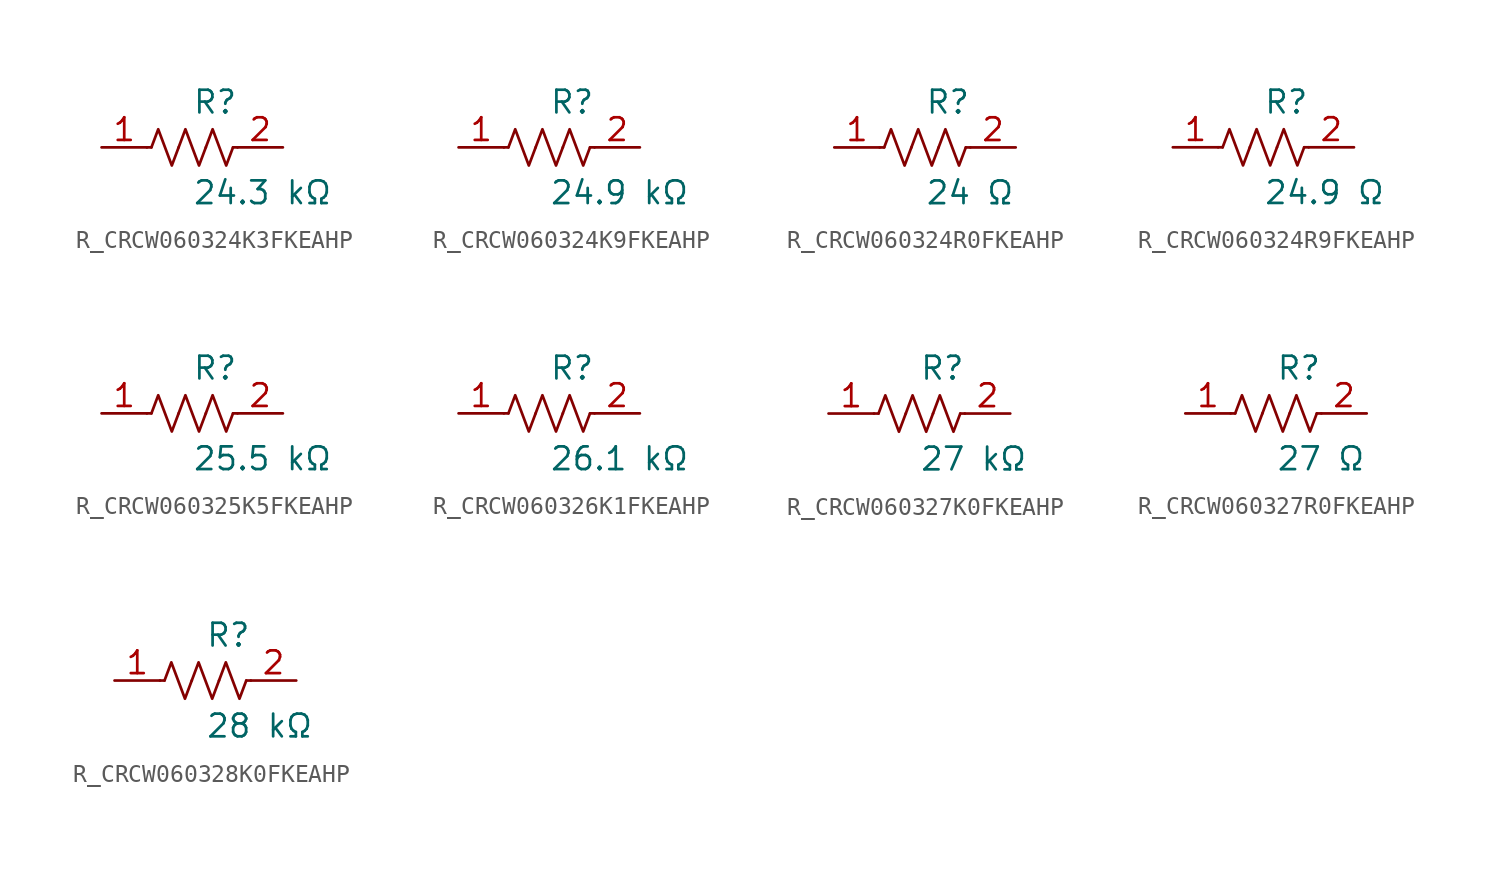
<source format=kicad_sym>
(kicad_symbol_lib
  (version 20231120)
  (generator kicad_symbol_editor)
  (generator_version 8.0)
  (symbol "R_CRCW060324K3FKEAHP"
    (pin_names
      (offset 0.254))
    (property "Reference" "R"
      (at 0.0 2.54 0)
      (effects (font (size 1.27 1.27)) (justify left)))
    (property "Value" "24.3 kΩ"
      (at 0.0 -2.54 0)
      (effects (font (size 1.27 1.27)) (justify left)))
    (symbol "R_CRCW060324K3FKEAHP_0_1"
      (polyline (pts (xy 2.286 0) (xy 2.54 0)) (stroke (width 0) (type default)) (fill (type none)))
      (polyline (pts (xy -2.286 0) (xy -2.54 0)) (stroke (width 0) (type default)) (fill (type none)))
      (polyline (pts (xy 0.762 0) (xy 1.143 1.016) (xy 1.524 0) (xy 1.905 -1.016) (xy 2.286 0)) (stroke (width 0) (type default)) (fill (type none)))
      (polyline (pts (xy -0.762 0) (xy -0.381 1.016) (xy 0 0) (xy 0.381 -1.016) (xy 0.762 0)) (stroke (width 0) (type default)) (fill (type none)))
      (polyline (pts (xy -2.286 0) (xy -1.905 1.016) (xy -1.524 0) (xy -1.143 -1.016) (xy -0.762 0)) (stroke (width 0) (type default)) (fill (type none))))
    (pin unspecified line
      (at -5.08 0 0)
      (length 2.54)
      (name "" (effects (font (size 1.27 1.27))))
      (number "1" (effects (font (size 1.27 1.27)))))
    (pin unspecified line
      (at 5.08 0 180)
      (length 2.54)
      (name "" (effects (font (size 1.27 1.27))))
      (number "2" (effects (font (size 1.27 1.27))))))
  (symbol "R_CRCW060324K9FKEAHP"
    (pin_names
      (offset 0.254))
    (property "Reference" "R"
      (at 0.0 2.54 0)
      (effects (font (size 1.27 1.27)) (justify left)))
    (property "Value" "24.9 kΩ"
      (at 0.0 -2.54 0)
      (effects (font (size 1.27 1.27)) (justify left)))
    (symbol "R_CRCW060324K9FKEAHP_0_1"
      (polyline (pts (xy 2.286 0) (xy 2.54 0)) (stroke (width 0) (type default)) (fill (type none)))
      (polyline (pts (xy -2.286 0) (xy -2.54 0)) (stroke (width 0) (type default)) (fill (type none)))
      (polyline (pts (xy 0.762 0) (xy 1.143 1.016) (xy 1.524 0) (xy 1.905 -1.016) (xy 2.286 0)) (stroke (width 0) (type default)) (fill (type none)))
      (polyline (pts (xy -0.762 0) (xy -0.381 1.016) (xy 0 0) (xy 0.381 -1.016) (xy 0.762 0)) (stroke (width 0) (type default)) (fill (type none)))
      (polyline (pts (xy -2.286 0) (xy -1.905 1.016) (xy -1.524 0) (xy -1.143 -1.016) (xy -0.762 0)) (stroke (width 0) (type default)) (fill (type none))))
    (pin unspecified line
      (at -5.08 0 0)
      (length 2.54)
      (name "" (effects (font (size 1.27 1.27))))
      (number "1" (effects (font (size 1.27 1.27)))))
    (pin unspecified line
      (at 5.08 0 180)
      (length 2.54)
      (name "" (effects (font (size 1.27 1.27))))
      (number "2" (effects (font (size 1.27 1.27))))))
  (symbol "R_CRCW060324R0FKEAHP"
    (pin_names
      (offset 0.254))
    (property "Reference" "R"
      (at 0.0 2.54 0)
      (effects (font (size 1.27 1.27)) (justify left)))
    (property "Value" "24 Ω"
      (at 0.0 -2.54 0)
      (effects (font (size 1.27 1.27)) (justify left)))
    (symbol "R_CRCW060324R0FKEAHP_0_1"
      (polyline (pts (xy 2.286 0) (xy 2.54 0)) (stroke (width 0) (type default)) (fill (type none)))
      (polyline (pts (xy -2.286 0) (xy -2.54 0)) (stroke (width 0) (type default)) (fill (type none)))
      (polyline (pts (xy 0.762 0) (xy 1.143 1.016) (xy 1.524 0) (xy 1.905 -1.016) (xy 2.286 0)) (stroke (width 0) (type default)) (fill (type none)))
      (polyline (pts (xy -0.762 0) (xy -0.381 1.016) (xy 0 0) (xy 0.381 -1.016) (xy 0.762 0)) (stroke (width 0) (type default)) (fill (type none)))
      (polyline (pts (xy -2.286 0) (xy -1.905 1.016) (xy -1.524 0) (xy -1.143 -1.016) (xy -0.762 0)) (stroke (width 0) (type default)) (fill (type none))))
    (pin unspecified line
      (at -5.08 0 0)
      (length 2.54)
      (name "" (effects (font (size 1.27 1.27))))
      (number "1" (effects (font (size 1.27 1.27)))))
    (pin unspecified line
      (at 5.08 0 180)
      (length 2.54)
      (name "" (effects (font (size 1.27 1.27))))
      (number "2" (effects (font (size 1.27 1.27))))))
  (symbol "R_CRCW060324R9FKEAHP"
    (pin_names
      (offset 0.254))
    (property "Reference" "R"
      (at 0.0 2.54 0)
      (effects (font (size 1.27 1.27)) (justify left)))
    (property "Value" "24.9 Ω"
      (at 0.0 -2.54 0)
      (effects (font (size 1.27 1.27)) (justify left)))
    (symbol "R_CRCW060324R9FKEAHP_0_1"
      (polyline (pts (xy 2.286 0) (xy 2.54 0)) (stroke (width 0) (type default)) (fill (type none)))
      (polyline (pts (xy -2.286 0) (xy -2.54 0)) (stroke (width 0) (type default)) (fill (type none)))
      (polyline (pts (xy 0.762 0) (xy 1.143 1.016) (xy 1.524 0) (xy 1.905 -1.016) (xy 2.286 0)) (stroke (width 0) (type default)) (fill (type none)))
      (polyline (pts (xy -0.762 0) (xy -0.381 1.016) (xy 0 0) (xy 0.381 -1.016) (xy 0.762 0)) (stroke (width 0) (type default)) (fill (type none)))
      (polyline (pts (xy -2.286 0) (xy -1.905 1.016) (xy -1.524 0) (xy -1.143 -1.016) (xy -0.762 0)) (stroke (width 0) (type default)) (fill (type none))))
    (pin unspecified line
      (at -5.08 0 0)
      (length 2.54)
      (name "" (effects (font (size 1.27 1.27))))
      (number "1" (effects (font (size 1.27 1.27)))))
    (pin unspecified line
      (at 5.08 0 180)
      (length 2.54)
      (name "" (effects (font (size 1.27 1.27))))
      (number "2" (effects (font (size 1.27 1.27))))))
  (symbol "R_CRCW060325K5FKEAHP"
    (pin_names
      (offset 0.254))
    (property "Reference" "R"
      (at 0.0 2.54 0)
      (effects (font (size 1.27 1.27)) (justify left)))
    (property "Value" "25.5 kΩ"
      (at 0.0 -2.54 0)
      (effects (font (size 1.27 1.27)) (justify left)))
    (symbol "R_CRCW060325K5FKEAHP_0_1"
      (polyline (pts (xy 2.286 0) (xy 2.54 0)) (stroke (width 0) (type default)) (fill (type none)))
      (polyline (pts (xy -2.286 0) (xy -2.54 0)) (stroke (width 0) (type default)) (fill (type none)))
      (polyline (pts (xy 0.762 0) (xy 1.143 1.016) (xy 1.524 0) (xy 1.905 -1.016) (xy 2.286 0)) (stroke (width 0) (type default)) (fill (type none)))
      (polyline (pts (xy -0.762 0) (xy -0.381 1.016) (xy 0 0) (xy 0.381 -1.016) (xy 0.762 0)) (stroke (width 0) (type default)) (fill (type none)))
      (polyline (pts (xy -2.286 0) (xy -1.905 1.016) (xy -1.524 0) (xy -1.143 -1.016) (xy -0.762 0)) (stroke (width 0) (type default)) (fill (type none))))
    (pin unspecified line
      (at -5.08 0 0)
      (length 2.54)
      (name "" (effects (font (size 1.27 1.27))))
      (number "1" (effects (font (size 1.27 1.27)))))
    (pin unspecified line
      (at 5.08 0 180)
      (length 2.54)
      (name "" (effects (font (size 1.27 1.27))))
      (number "2" (effects (font (size 1.27 1.27))))))
  (symbol "R_CRCW060326K1FKEAHP"
    (pin_names
      (offset 0.254))
    (property "Reference" "R"
      (at 0.0 2.54 0)
      (effects (font (size 1.27 1.27)) (justify left)))
    (property "Value" "26.1 kΩ"
      (at 0.0 -2.54 0)
      (effects (font (size 1.27 1.27)) (justify left)))
    (symbol "R_CRCW060326K1FKEAHP_0_1"
      (polyline (pts (xy 2.286 0) (xy 2.54 0)) (stroke (width 0) (type default)) (fill (type none)))
      (polyline (pts (xy -2.286 0) (xy -2.54 0)) (stroke (width 0) (type default)) (fill (type none)))
      (polyline (pts (xy 0.762 0) (xy 1.143 1.016) (xy 1.524 0) (xy 1.905 -1.016) (xy 2.286 0)) (stroke (width 0) (type default)) (fill (type none)))
      (polyline (pts (xy -0.762 0) (xy -0.381 1.016) (xy 0 0) (xy 0.381 -1.016) (xy 0.762 0)) (stroke (width 0) (type default)) (fill (type none)))
      (polyline (pts (xy -2.286 0) (xy -1.905 1.016) (xy -1.524 0) (xy -1.143 -1.016) (xy -0.762 0)) (stroke (width 0) (type default)) (fill (type none))))
    (pin unspecified line
      (at -5.08 0 0)
      (length 2.54)
      (name "" (effects (font (size 1.27 1.27))))
      (number "1" (effects (font (size 1.27 1.27)))))
    (pin unspecified line
      (at 5.08 0 180)
      (length 2.54)
      (name "" (effects (font (size 1.27 1.27))))
      (number "2" (effects (font (size 1.27 1.27))))))
  (symbol "R_CRCW060327K0FKEAHP"
    (pin_names
      (offset 0.254))
    (property "Reference" "R"
      (at 0.0 2.54 0)
      (effects (font (size 1.27 1.27)) (justify left)))
    (property "Value" "27 kΩ"
      (at 0.0 -2.54 0)
      (effects (font (size 1.27 1.27)) (justify left)))
    (symbol "R_CRCW060327K0FKEAHP_0_1"
      (polyline (pts (xy 2.286 0) (xy 2.54 0)) (stroke (width 0) (type default)) (fill (type none)))
      (polyline (pts (xy -2.286 0) (xy -2.54 0)) (stroke (width 0) (type default)) (fill (type none)))
      (polyline (pts (xy 0.762 0) (xy 1.143 1.016) (xy 1.524 0) (xy 1.905 -1.016) (xy 2.286 0)) (stroke (width 0) (type default)) (fill (type none)))
      (polyline (pts (xy -0.762 0) (xy -0.381 1.016) (xy 0 0) (xy 0.381 -1.016) (xy 0.762 0)) (stroke (width 0) (type default)) (fill (type none)))
      (polyline (pts (xy -2.286 0) (xy -1.905 1.016) (xy -1.524 0) (xy -1.143 -1.016) (xy -0.762 0)) (stroke (width 0) (type default)) (fill (type none))))
    (pin unspecified line
      (at -5.08 0 0)
      (length 2.54)
      (name "" (effects (font (size 1.27 1.27))))
      (number "1" (effects (font (size 1.27 1.27)))))
    (pin unspecified line
      (at 5.08 0 180)
      (length 2.54)
      (name "" (effects (font (size 1.27 1.27))))
      (number "2" (effects (font (size 1.27 1.27))))))
  (symbol "R_CRCW060327R0FKEAHP"
    (pin_names
      (offset 0.254))
    (property "Reference" "R"
      (at 0.0 2.54 0)
      (effects (font (size 1.27 1.27)) (justify left)))
    (property "Value" "27 Ω"
      (at 0.0 -2.54 0)
      (effects (font (size 1.27 1.27)) (justify left)))
    (symbol "R_CRCW060327R0FKEAHP_0_1"
      (polyline (pts (xy 2.286 0) (xy 2.54 0)) (stroke (width 0) (type default)) (fill (type none)))
      (polyline (pts (xy -2.286 0) (xy -2.54 0)) (stroke (width 0) (type default)) (fill (type none)))
      (polyline (pts (xy 0.762 0) (xy 1.143 1.016) (xy 1.524 0) (xy 1.905 -1.016) (xy 2.286 0)) (stroke (width 0) (type default)) (fill (type none)))
      (polyline (pts (xy -0.762 0) (xy -0.381 1.016) (xy 0 0) (xy 0.381 -1.016) (xy 0.762 0)) (stroke (width 0) (type default)) (fill (type none)))
      (polyline (pts (xy -2.286 0) (xy -1.905 1.016) (xy -1.524 0) (xy -1.143 -1.016) (xy -0.762 0)) (stroke (width 0) (type default)) (fill (type none))))
    (pin unspecified line
      (at -5.08 0 0)
      (length 2.54)
      (name "" (effects (font (size 1.27 1.27))))
      (number "1" (effects (font (size 1.27 1.27)))))
    (pin unspecified line
      (at 5.08 0 180)
      (length 2.54)
      (name "" (effects (font (size 1.27 1.27))))
      (number "2" (effects (font (size 1.27 1.27))))))
  (symbol "R_CRCW060328K0FKEAHP"
    (pin_names
      (offset 0.254))
    (property "Reference" "R"
      (at 0.0 2.54 0)
      (effects (font (size 1.27 1.27)) (justify left)))
    (property "Value" "28 kΩ"
      (at 0.0 -2.54 0)
      (effects (font (size 1.27 1.27)) (justify left)))
    (symbol "R_CRCW060328K0FKEAHP_0_1"
      (polyline (pts (xy 2.286 0) (xy 2.54 0)) (stroke (width 0) (type default)) (fill (type none)))
      (polyline (pts (xy -2.286 0) (xy -2.54 0)) (stroke (width 0) (type default)) (fill (type none)))
      (polyline (pts (xy 0.762 0) (xy 1.143 1.016) (xy 1.524 0) (xy 1.905 -1.016) (xy 2.286 0)) (stroke (width 0) (type default)) (fill (type none)))
      (polyline (pts (xy -0.762 0) (xy -0.381 1.016) (xy 0 0) (xy 0.381 -1.016) (xy 0.762 0)) (stroke (width 0) (type default)) (fill (type none)))
      (polyline (pts (xy -2.286 0) (xy -1.905 1.016) (xy -1.524 0) (xy -1.143 -1.016) (xy -0.762 0)) (stroke (width 0) (type default)) (fill (type none))))
    (pin unspecified line
      (at -5.08 0 0)
      (length 2.54)
      (name "" (effects (font (size 1.27 1.27))))
      (number "1" (effects (font (size 1.27 1.27)))))
    (pin unspecified line
      (at 5.08 0 180)
      (length 2.54)
      (name "" (effects (font (size 1.27 1.27))))
      (number "2" (effects (font (size 1.27 1.27)))))))
</source>
